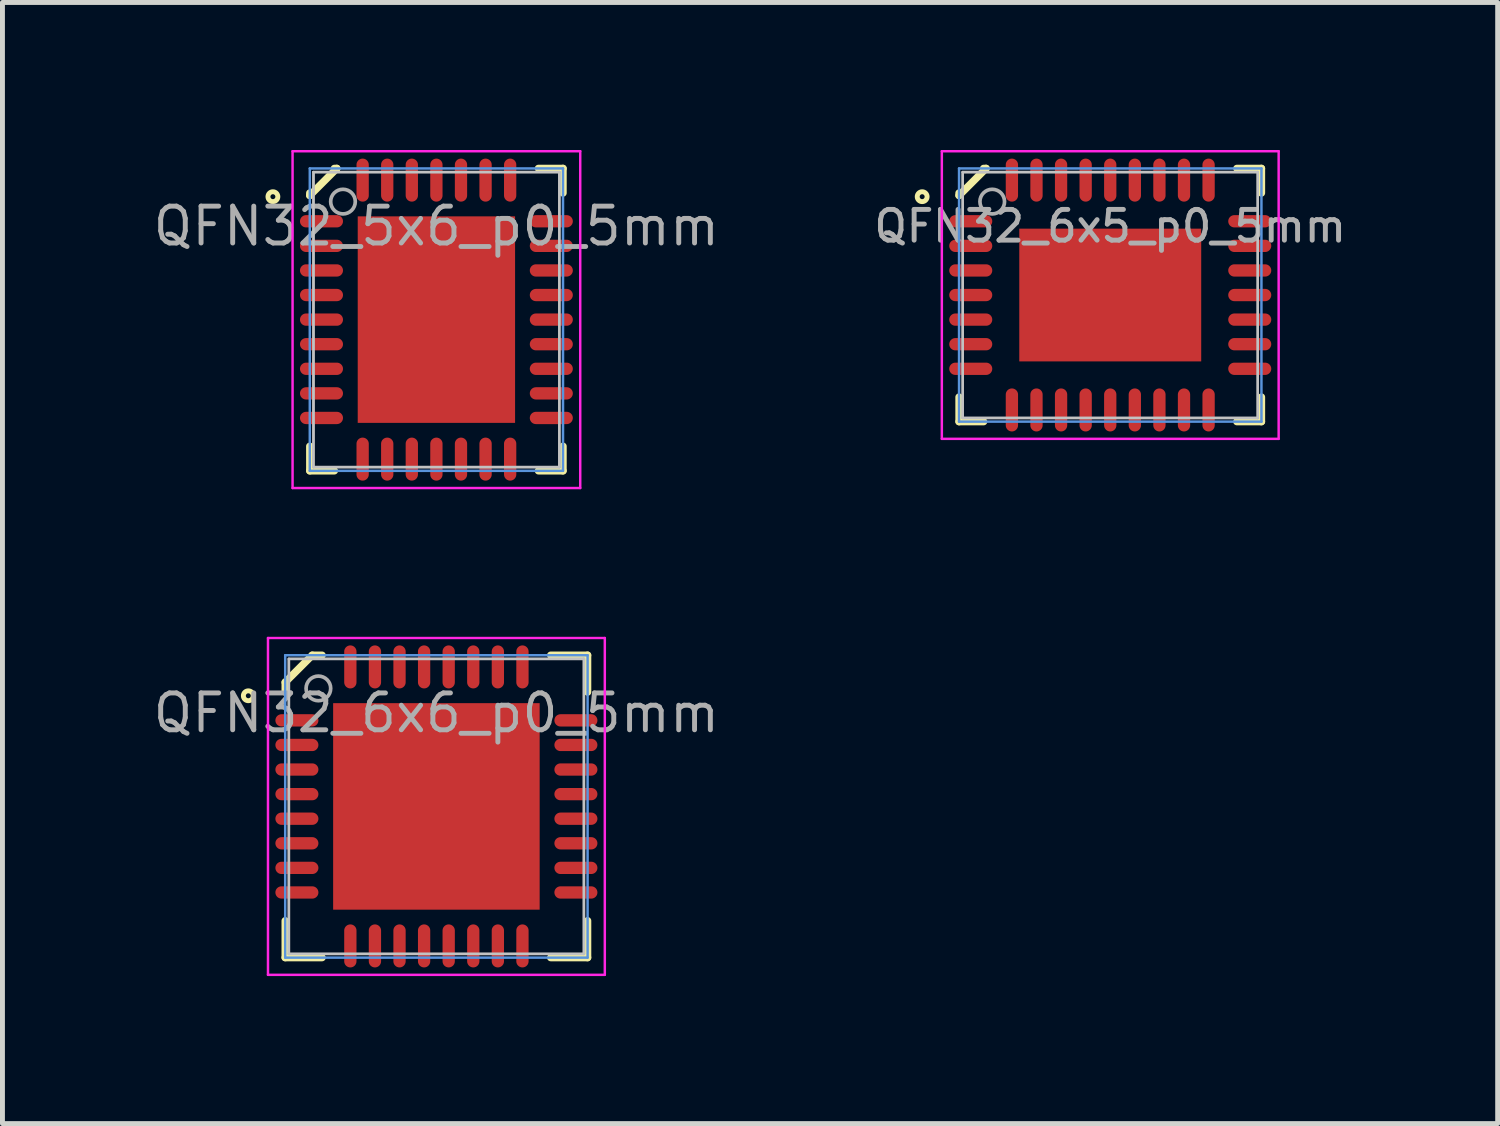
<source format=kicad_pcb>
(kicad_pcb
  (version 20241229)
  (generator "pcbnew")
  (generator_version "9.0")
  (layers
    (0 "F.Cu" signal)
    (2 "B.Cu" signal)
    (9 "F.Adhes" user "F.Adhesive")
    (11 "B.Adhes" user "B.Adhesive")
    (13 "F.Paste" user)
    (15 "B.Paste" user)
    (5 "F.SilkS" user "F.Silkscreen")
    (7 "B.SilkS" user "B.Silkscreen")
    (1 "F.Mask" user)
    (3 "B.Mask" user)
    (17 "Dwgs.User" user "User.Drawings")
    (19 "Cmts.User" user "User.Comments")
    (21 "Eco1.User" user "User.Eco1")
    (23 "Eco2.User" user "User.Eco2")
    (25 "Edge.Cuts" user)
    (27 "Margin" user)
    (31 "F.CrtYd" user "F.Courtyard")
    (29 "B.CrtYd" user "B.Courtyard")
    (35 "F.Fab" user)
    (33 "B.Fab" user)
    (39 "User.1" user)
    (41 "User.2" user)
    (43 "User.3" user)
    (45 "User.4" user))
  (footprint "QFN32_6x5_p0_5mm"
    (layer "F.Cu")
    (at 19.529 2.95)
    (property "Reference" "QFN32_6x5_p0_5mm" (at 0 -1.4 0) (layer "F.Fab") (effects (font (size 0.625 0.625) (thickness 0.1))))
    (attr through_hole)
    (fp_line (start -3.075 -2.025) (end -3.075 -2.075) (stroke (width 0.15) (type solid)) (layer "F.SilkS"))
    (fp_line (start -3.075 -2.025) (end -2.525 -2.575) (stroke (width 0.15) (type solid)) (layer "F.SilkS"))
    (fp_line (start -3.075 2.575) (end -3.075 2.075) (stroke (width 0.15) (type solid)) (layer "F.SilkS"))
    (fp_line (start -3.075 2.575) (end -2.575 2.575) (stroke (width 0.15) (type solid)) (layer "F.SilkS"))
    (fp_line (start -2.575 -2.575) (end -2.525 -2.575) (stroke (width 0.15) (type solid)) (layer "F.SilkS"))
    (fp_line (start 3.075 -2.575) (end 2.575 -2.575) (stroke (width 0.15) (type solid)) (layer "F.SilkS"))
    (fp_line (start 3.075 -2.575) (end 3.075 -2.075) (stroke (width 0.15) (type solid)) (layer "F.SilkS"))
    (fp_line (start 3.075 2.575) (end 2.575 2.575) (stroke (width 0.15) (type solid)) (layer "F.SilkS"))
    (fp_line (start 3.075 2.575) (end 3.075 2.075) (stroke (width 0.15) (type solid)) (layer "F.SilkS"))
    (fp_circle (center -3.825 -2) (end -3.754 -1.929) (stroke (width 0.1) (type solid)) (fill no) (layer "F.SilkS"))
    (fp_line (start -3 -2.5) (end -3 2.5) (stroke (width 0.05) (type solid)) (layer "Dwgs.User"))
    (fp_line (start -3 -2.5) (end 3 -2.5) (stroke (width 0.05) (type solid)) (layer "Dwgs.User"))
    (fp_line (start -3 2.5) (end 3 2.5) (stroke (width 0.05) (type solid)) (layer "Dwgs.User"))
    (fp_line (start 3 -2.5) (end 3 2.5) (stroke (width 0.05) (type solid)) (layer "Dwgs.User"))
    (fp_line (start -3.075 -2.575) (end -3.075 2.575) (stroke (width 0.05) (type solid)) (layer "Cmts.User"))
    (fp_line (start -3.075 -2.575) (end 3.075 -2.575) (stroke (width 0.05) (type solid)) (layer "Cmts.User"))
    (fp_line (start -3.075 2.575) (end 3.075 2.575) (stroke (width 0.05) (type solid)) (layer "Cmts.User"))
    (fp_line (start 3.075 -2.575) (end 3.075 2.575) (stroke (width 0.05) (type solid)) (layer "Cmts.User"))
    (fp_line (start -2.925 -2.425) (end -2.925 2.425) (stroke (width 0.05) (type solid)) (layer "Eco1.User"))
    (fp_line (start -2.925 -2.425) (end 2.925 -2.425) (stroke (width 0.05) (type solid)) (layer "Eco1.User"))
    (fp_line (start -2.925 2.425) (end 2.925 2.425) (stroke (width 0.05) (type solid)) (layer "Eco1.User"))
    (fp_line (start 2.925 -2.425) (end 2.925 2.425) (stroke (width 0.05) (type solid)) (layer "Eco1.User"))
    (fp_line (start -3.425 -2.925) (end -3.425 2.925) (stroke (width 0.05) (type solid)) (layer "F.CrtYd"))
    (fp_line (start -3.425 -2.925) (end 3.425 -2.925) (stroke (width 0.05) (type solid)) (layer "F.CrtYd"))
    (fp_line (start -3.425 2.925) (end 3.425 2.925) (stroke (width 0.05) (type solid)) (layer "F.CrtYd"))
    (fp_line (start 3.425 -2.925) (end 3.425 2.925) (stroke (width 0.05) (type solid)) (layer "F.CrtYd"))
    (fp_line (start -3 -2.5) (end -3 2.5) (stroke (width 0.05) (type solid)) (layer "F.Fab"))
    (fp_line (start -3 -2.5) (end 3 -2.5) (stroke (width 0.05) (type solid)) (layer "F.Fab"))
    (fp_line (start -3 2.5) (end 3 2.5) (stroke (width 0.05) (type solid)) (layer "F.Fab"))
    (fp_line (start 3 -2.5) (end 3 2.5) (stroke (width 0.05) (type solid)) (layer "F.Fab"))
    (fp_circle (center -2.4 -1.9) (end -2.223 -1.723) (stroke (width 0.075) (type solid)) (fill no) (layer "F.Fab"))
    (pad "1" smd oval (at -2.837 -1.5 180) (size 0.875 0.25) (layers "F.Cu" "F.Mask" "F.Paste"))
    (pad "2" smd oval (at -2.837 -1 180) (size 0.875 0.25) (layers "F.Cu" "F.Mask" "F.Paste"))
    (pad "3" smd oval (at -2.837 -0.5 180) (size 0.875 0.25) (layers "F.Cu" "F.Mask" "F.Paste"))
    (pad "4" smd oval (at -2.837 0 180) (size 0.875 0.25) (layers "F.Cu" "F.Mask" "F.Paste"))
    (pad "5" smd oval (at -2.837 0.5 180) (size 0.875 0.25) (layers "F.Cu" "F.Mask" "F.Paste"))
    (pad "6" smd oval (at -2.837 1 180) (size 0.875 0.25) (layers "F.Cu" "F.Mask" "F.Paste"))
    (pad "7" smd oval (at -2.837 1.5 180) (size 0.875 0.25) (layers "F.Cu" "F.Mask" "F.Paste"))
    (pad "8" smd oval (at -2 2.337 270) (size 0.875 0.25) (layers "F.Cu" "F.Mask" "F.Paste"))
    (pad "9" smd oval (at -1.5 2.337 270) (size 0.875 0.25) (layers "F.Cu" "F.Mask" "F.Paste"))
    (pad "10" smd oval (at -1 2.337 270) (size 0.875 0.25) (layers "F.Cu" "F.Mask" "F.Paste"))
    (pad "11" smd oval (at -0.5 2.337 270) (size 0.875 0.25) (layers "F.Cu" "F.Mask" "F.Paste"))
    (pad "12" smd oval (at 0 2.337 270) (size 0.875 0.25) (layers "F.Cu" "F.Mask" "F.Paste"))
    (pad "13" smd oval (at 0.5 2.337 270) (size 0.875 0.25) (layers "F.Cu" "F.Mask" "F.Paste"))
    (pad "14" smd oval (at 1 2.337 270) (size 0.875 0.25) (layers "F.Cu" "F.Mask" "F.Paste"))
    (pad "15" smd oval (at 1.5 2.337 270) (size 0.875 0.25) (layers "F.Cu" "F.Mask" "F.Paste"))
    (pad "16" smd oval (at 2 2.337 270) (size 0.875 0.25) (layers "F.Cu" "F.Mask" "F.Paste"))
    (pad "17" smd oval (at 2.837 1.5) (size 0.875 0.25) (layers "F.Cu" "F.Mask" "F.Paste"))
    (pad "18" smd oval (at 2.837 1) (size 0.875 0.25) (layers "F.Cu" "F.Mask" "F.Paste"))
    (pad "19" smd oval (at 2.837 0.5) (size 0.875 0.25) (layers "F.Cu" "F.Mask" "F.Paste"))
    (pad "20" smd oval (at 2.837 0) (size 0.875 0.25) (layers "F.Cu" "F.Mask" "F.Paste"))
    (pad "21" smd oval (at 2.837 -0.5) (size 0.875 0.25) (layers "F.Cu" "F.Mask" "F.Paste"))
    (pad "22" smd oval (at 2.837 -1) (size 0.875 0.25) (layers "F.Cu" "F.Mask" "F.Paste"))
    (pad "23" smd oval (at 2.837 -1.5) (size 0.875 0.25) (layers "F.Cu" "F.Mask" "F.Paste"))
    (pad "24" smd oval (at 2 -2.337 90) (size 0.875 0.25) (layers "F.Cu" "F.Mask" "F.Paste"))
    (pad "25" smd oval (at 1.5 -2.337 90) (size 0.875 0.25) (layers "F.Cu" "F.Mask" "F.Paste"))
    (pad "26" smd oval (at 1 -2.337 90) (size 0.875 0.25) (layers "F.Cu" "F.Mask" "F.Paste"))
    (pad "27" smd oval (at 0.5 -2.337 90) (size 0.875 0.25) (layers "F.Cu" "F.Mask" "F.Paste"))
    (pad "28" smd oval (at 0 -2.337 90) (size 0.875 0.25) (layers "F.Cu" "F.Mask" "F.Paste"))
    (pad "29" smd oval (at -0.5 -2.337 90) (size 0.875 0.25) (layers "F.Cu" "F.Mask" "F.Paste"))
    (pad "30" smd oval (at -1 -2.337 90) (size 0.875 0.25) (layers "F.Cu" "F.Mask" "F.Paste"))
    (pad "31" smd oval (at -1.5 -2.337 90) (size 0.875 0.25) (layers "F.Cu" "F.Mask" "F.Paste"))
    (pad "32" smd oval (at -2 -2.337 90) (size 0.875 0.25) (layers "F.Cu" "F.Mask" "F.Paste"))
    (pad "33" smd rect (at 0 0) (size 3.7 2.7) (layers "F.Cu" "F.Mask" "F.Paste")))
  (footprint "QFN32_5x6_p0_5mm"
    (layer "F.Cu")
    (at 5.825 3.45)
    (property "Reference" "QFN32_5x6_p0_5mm" (at 0 -1.9 0) (layer "F.Fab") (effects (font (size 0.75 0.75) (thickness 0.1))))
    (attr through_hole)
    (fp_line (start -2.575 -2.525) (end -2.575 -2.575) (stroke (width 0.15) (type solid)) (layer "F.SilkS"))
    (fp_line (start -2.575 -2.525) (end -2.025 -3.075) (stroke (width 0.15) (type solid)) (layer "F.SilkS"))
    (fp_line (start -2.575 3.075) (end -2.575 2.575) (stroke (width 0.15) (type solid)) (layer "F.SilkS"))
    (fp_line (start -2.575 3.075) (end -2.075 3.075) (stroke (width 0.15) (type solid)) (layer "F.SilkS"))
    (fp_line (start -2.075 -3.075) (end -2.025 -3.075) (stroke (width 0.15) (type solid)) (layer "F.SilkS"))
    (fp_line (start 2.575 -3.075) (end 2.075 -3.075) (stroke (width 0.15) (type solid)) (layer "F.SilkS"))
    (fp_line (start 2.575 -3.075) (end 2.575 -2.575) (stroke (width 0.15) (type solid)) (layer "F.SilkS"))
    (fp_line (start 2.575 3.075) (end 2.075 3.075) (stroke (width 0.15) (type solid)) (layer "F.SilkS"))
    (fp_line (start 2.575 3.075) (end 2.575 2.575) (stroke (width 0.15) (type solid)) (layer "F.SilkS"))
    (fp_circle (center -3.325 -2.5) (end -3.254 -2.429) (stroke (width 0.1) (type solid)) (fill no) (layer "F.SilkS"))
    (fp_line (start -2.5 -3) (end -2.5 3) (stroke (width 0.05) (type solid)) (layer "Dwgs.User"))
    (fp_line (start -2.5 -3) (end 2.5 -3) (stroke (width 0.05) (type solid)) (layer "Dwgs.User"))
    (fp_line (start -2.5 3) (end 2.5 3) (stroke (width 0.05) (type solid)) (layer "Dwgs.User"))
    (fp_line (start 2.5 -3) (end 2.5 3) (stroke (width 0.05) (type solid)) (layer "Dwgs.User"))
    (fp_line (start -2.575 -3.075) (end -2.575 3.075) (stroke (width 0.05) (type solid)) (layer "Cmts.User"))
    (fp_line (start -2.575 -3.075) (end 2.575 -3.075) (stroke (width 0.05) (type solid)) (layer "Cmts.User"))
    (fp_line (start -2.575 3.075) (end 2.575 3.075) (stroke (width 0.05) (type solid)) (layer "Cmts.User"))
    (fp_line (start 2.575 -3.075) (end 2.575 3.075) (stroke (width 0.05) (type solid)) (layer "Cmts.User"))
    (fp_line (start -2.425 -2.925) (end -2.425 2.925) (stroke (width 0.05) (type solid)) (layer "Eco1.User"))
    (fp_line (start -2.425 -2.925) (end 2.425 -2.925) (stroke (width 0.05) (type solid)) (layer "Eco1.User"))
    (fp_line (start -2.425 2.925) (end 2.425 2.925) (stroke (width 0.05) (type solid)) (layer "Eco1.User"))
    (fp_line (start 2.425 -2.925) (end 2.425 2.925) (stroke (width 0.05) (type solid)) (layer "Eco1.User"))
    (fp_line (start -2.925 -3.425) (end -2.925 3.425) (stroke (width 0.05) (type solid)) (layer "F.CrtYd"))
    (fp_line (start -2.925 -3.425) (end 2.925 -3.425) (stroke (width 0.05) (type solid)) (layer "F.CrtYd"))
    (fp_line (start -2.925 3.425) (end 2.925 3.425) (stroke (width 0.05) (type solid)) (layer "F.CrtYd"))
    (fp_line (start 2.925 -3.425) (end 2.925 3.425) (stroke (width 0.05) (type solid)) (layer "F.CrtYd"))
    (fp_line (start -2.5 -3) (end -2.5 3) (stroke (width 0.05) (type solid)) (layer "F.Fab"))
    (fp_line (start -2.5 -3) (end 2.5 -3) (stroke (width 0.05) (type solid)) (layer "F.Fab"))
    (fp_line (start -2.5 3) (end 2.5 3) (stroke (width 0.05) (type solid)) (layer "F.Fab"))
    (fp_line (start 2.5 -3) (end 2.5 3) (stroke (width 0.05) (type solid)) (layer "F.Fab"))
    (fp_circle (center -1.9 -2.4) (end -1.723 -2.223) (stroke (width 0.075) (type solid)) (fill no) (layer "F.Fab"))
    (pad "1" smd oval (at -2.337 -2 180) (size 0.875 0.25) (layers "F.Cu" "F.Mask" "F.Paste"))
    (pad "2" smd oval (at -2.337 -1.5 180) (size 0.875 0.25) (layers "F.Cu" "F.Mask" "F.Paste"))
    (pad "3" smd oval (at -2.337 -1 180) (size 0.875 0.25) (layers "F.Cu" "F.Mask" "F.Paste"))
    (pad "4" smd oval (at -2.337 -0.5 180) (size 0.875 0.25) (layers "F.Cu" "F.Mask" "F.Paste"))
    (pad "5" smd oval (at -2.337 0 180) (size 0.875 0.25) (layers "F.Cu" "F.Mask" "F.Paste"))
    (pad "6" smd oval (at -2.337 0.5 180) (size 0.875 0.25) (layers "F.Cu" "F.Mask" "F.Paste"))
    (pad "7" smd oval (at -2.337 1 180) (size 0.875 0.25) (layers "F.Cu" "F.Mask" "F.Paste"))
    (pad "8" smd oval (at -2.337 1.5 180) (size 0.875 0.25) (layers "F.Cu" "F.Mask" "F.Paste"))
    (pad "9" smd oval (at -2.337 2 180) (size 0.875 0.25) (layers "F.Cu" "F.Mask" "F.Paste"))
    (pad "10" smd oval (at -1.5 2.837 270) (size 0.875 0.25) (layers "F.Cu" "F.Mask" "F.Paste"))
    (pad "11" smd oval (at -1 2.837 270) (size 0.875 0.25) (layers "F.Cu" "F.Mask" "F.Paste"))
    (pad "12" smd oval (at -0.5 2.837 270) (size 0.875 0.25) (layers "F.Cu" "F.Mask" "F.Paste"))
    (pad "13" smd oval (at 0 2.837 270) (size 0.875 0.25) (layers "F.Cu" "F.Mask" "F.Paste"))
    (pad "14" smd oval (at 0.5 2.837 270) (size 0.875 0.25) (layers "F.Cu" "F.Mask" "F.Paste"))
    (pad "15" smd oval (at 1 2.837 270) (size 0.875 0.25) (layers "F.Cu" "F.Mask" "F.Paste"))
    (pad "16" smd oval (at 1.5 2.837 270) (size 0.875 0.25) (layers "F.Cu" "F.Mask" "F.Paste"))
    (pad "17" smd oval (at 2.337 2) (size 0.875 0.25) (layers "F.Cu" "F.Mask" "F.Paste"))
    (pad "18" smd oval (at 2.337 1.5) (size 0.875 0.25) (layers "F.Cu" "F.Mask" "F.Paste"))
    (pad "19" smd oval (at 2.337 1) (size 0.875 0.25) (layers "F.Cu" "F.Mask" "F.Paste"))
    (pad "20" smd oval (at 2.337 0.5) (size 0.875 0.25) (layers "F.Cu" "F.Mask" "F.Paste"))
    (pad "21" smd oval (at 2.337 0) (size 0.875 0.25) (layers "F.Cu" "F.Mask" "F.Paste"))
    (pad "22" smd oval (at 2.337 -0.5) (size 0.875 0.25) (layers "F.Cu" "F.Mask" "F.Paste"))
    (pad "23" smd oval (at 2.337 -1) (size 0.875 0.25) (layers "F.Cu" "F.Mask" "F.Paste"))
    (pad "24" smd oval (at 2.337 -1.5) (size 0.875 0.25) (layers "F.Cu" "F.Mask" "F.Paste"))
    (pad "25" smd oval (at 2.337 -2) (size 0.875 0.25) (layers "F.Cu" "F.Mask" "F.Paste"))
    (pad "26" smd oval (at 1.5 -2.837 90) (size 0.875 0.25) (layers "F.Cu" "F.Mask" "F.Paste"))
    (pad "27" smd oval (at 1 -2.837 90) (size 0.875 0.25) (layers "F.Cu" "F.Mask" "F.Paste"))
    (pad "28" smd oval (at 0.5 -2.837 90) (size 0.875 0.25) (layers "F.Cu" "F.Mask" "F.Paste"))
    (pad "29" smd oval (at 0 -2.837 90) (size 0.875 0.25) (layers "F.Cu" "F.Mask" "F.Paste"))
    (pad "30" smd oval (at -0.5 -2.837 90) (size 0.875 0.25) (layers "F.Cu" "F.Mask" "F.Paste"))
    (pad "31" smd oval (at -1 -2.837 90) (size 0.875 0.25) (layers "F.Cu" "F.Mask" "F.Paste"))
    (pad "32" smd oval (at -1.5 -2.837 90) (size 0.875 0.25) (layers "F.Cu" "F.Mask" "F.Paste"))
    (pad "33" smd rect (at 0 0) (size 3.2 4.2) (layers "F.Cu" "F.Mask" "F.Paste")))
  (footprint "QFN32_6x6_p0_5mm"
    (layer "F.Cu")
    (at 5.825 13.35)
    (property "Reference" "QFN32_6x6_p0_5mm" (at 0 -1.9 0) (layer "F.Fab") (effects (font (size 0.75 0.75) (thickness 0.1))))
    (attr through_hole)
    (fp_line (start -3.075 -2.525) (end -3.075 -2.325) (stroke (width 0.15) (type solid)) (layer "F.SilkS"))
    (fp_line (start -3.075 -2.525) (end -2.525 -3.075) (stroke (width 0.15) (type solid)) (layer "F.SilkS"))
    (fp_line (start -3.075 3.075) (end -3.075 2.325) (stroke (width 0.15) (type solid)) (layer "F.SilkS"))
    (fp_line (start -3.075 3.075) (end -2.325 3.075) (stroke (width 0.15) (type solid)) (layer "F.SilkS"))
    (fp_line (start -2.325 -3.075) (end -2.525 -3.075) (stroke (width 0.15) (type solid)) (layer "F.SilkS"))
    (fp_line (start 3.075 -3.075) (end 2.325 -3.075) (stroke (width 0.15) (type solid)) (layer "F.SilkS"))
    (fp_line (start 3.075 -3.075) (end 3.075 -2.325) (stroke (width 0.15) (type solid)) (layer "F.SilkS"))
    (fp_line (start 3.075 3.075) (end 2.325 3.075) (stroke (width 0.15) (type solid)) (layer "F.SilkS"))
    (fp_line (start 3.075 3.075) (end 3.075 2.325) (stroke (width 0.15) (type solid)) (layer "F.SilkS"))
    (fp_circle (center -3.825 -2.25) (end -3.754 -2.179) (stroke (width 0.1) (type solid)) (fill no) (layer "F.SilkS"))
    (fp_line (start -3 -3) (end -3 3) (stroke (width 0.05) (type solid)) (layer "Dwgs.User"))
    (fp_line (start -3 -3) (end 3 -3) (stroke (width 0.05) (type solid)) (layer "Dwgs.User"))
    (fp_line (start -3 3) (end 3 3) (stroke (width 0.05) (type solid)) (layer "Dwgs.User"))
    (fp_line (start 3 -3) (end 3 3) (stroke (width 0.05) (type solid)) (layer "Dwgs.User"))
    (fp_line (start -3.075 -3.075) (end -3.075 3.075) (stroke (width 0.05) (type solid)) (layer "Cmts.User"))
    (fp_line (start -3.075 -3.075) (end 3.075 -3.075) (stroke (width 0.05) (type solid)) (layer "Cmts.User"))
    (fp_line (start -3.075 3.075) (end 3.075 3.075) (stroke (width 0.05) (type solid)) (layer "Cmts.User"))
    (fp_line (start 3.075 -3.075) (end 3.075 3.075) (stroke (width 0.05) (type solid)) (layer "Cmts.User"))
    (fp_line (start -2.925 -2.925) (end -2.925 2.925) (stroke (width 0.05) (type solid)) (layer "Eco1.User"))
    (fp_line (start -2.925 -2.925) (end 2.925 -2.925) (stroke (width 0.05) (type solid)) (layer "Eco1.User"))
    (fp_line (start -2.925 2.925) (end 2.925 2.925) (stroke (width 0.05) (type solid)) (layer "Eco1.User"))
    (fp_line (start 2.925 -2.925) (end 2.925 2.925) (stroke (width 0.05) (type solid)) (layer "Eco1.User"))
    (fp_line (start -3.425 -3.425) (end -3.425 3.425) (stroke (width 0.05) (type solid)) (layer "F.CrtYd"))
    (fp_line (start -3.425 -3.425) (end 3.425 -3.425) (stroke (width 0.05) (type solid)) (layer "F.CrtYd"))
    (fp_line (start -3.425 3.425) (end 3.425 3.425) (stroke (width 0.05) (type solid)) (layer "F.CrtYd"))
    (fp_line (start 3.425 -3.425) (end 3.425 3.425) (stroke (width 0.05) (type solid)) (layer "F.CrtYd"))
    (fp_line (start -3 -3) (end -3 3) (stroke (width 0.05) (type solid)) (layer "F.Fab"))
    (fp_line (start -3 -3) (end 3 -3) (stroke (width 0.05) (type solid)) (layer "F.Fab"))
    (fp_line (start -3 3) (end 3 3) (stroke (width 0.05) (type solid)) (layer "F.Fab"))
    (fp_line (start 3 -3) (end 3 3) (stroke (width 0.05) (type solid)) (layer "F.Fab"))
    (fp_circle (center -2.4 -2.4) (end -2.223 -2.223) (stroke (width 0.075) (type solid)) (fill no) (layer "F.Fab"))
    (pad "1" smd oval (at -2.837 -1.75 180) (size 0.875 0.25) (layers "F.Cu" "F.Mask" "F.Paste"))
    (pad "2" smd oval (at -2.837 -1.25 180) (size 0.875 0.25) (layers "F.Cu" "F.Mask" "F.Paste"))
    (pad "3" smd oval (at -2.837 -0.75 180) (size 0.875 0.25) (layers "F.Cu" "F.Mask" "F.Paste"))
    (pad "4" smd oval (at -2.837 -0.25 180) (size 0.875 0.25) (layers "F.Cu" "F.Mask" "F.Paste"))
    (pad "5" smd oval (at -2.837 0.25 180) (size 0.875 0.25) (layers "F.Cu" "F.Mask" "F.Paste"))
    (pad "6" smd oval (at -2.837 0.75 180) (size 0.875 0.25) (layers "F.Cu" "F.Mask" "F.Paste"))
    (pad "7" smd oval (at -2.837 1.25 180) (size 0.875 0.25) (layers "F.Cu" "F.Mask" "F.Paste"))
    (pad "8" smd oval (at -2.837 1.75 180) (size 0.875 0.25) (layers "F.Cu" "F.Mask" "F.Paste"))
    (pad "9" smd oval (at -1.75 2.837 270) (size 0.875 0.25) (layers "F.Cu" "F.Mask" "F.Paste"))
    (pad "10" smd oval (at -1.25 2.837 270) (size 0.875 0.25) (layers "F.Cu" "F.Mask" "F.Paste"))
    (pad "11" smd oval (at -0.75 2.837 270) (size 0.875 0.25) (layers "F.Cu" "F.Mask" "F.Paste"))
    (pad "12" smd oval (at -0.25 2.837 270) (size 0.875 0.25) (layers "F.Cu" "F.Mask" "F.Paste"))
    (pad "13" smd oval (at 0.25 2.837 270) (size 0.875 0.25) (layers "F.Cu" "F.Mask" "F.Paste"))
    (pad "14" smd oval (at 0.75 2.837 270) (size 0.875 0.25) (layers "F.Cu" "F.Mask" "F.Paste"))
    (pad "15" smd oval (at 1.25 2.837 270) (size 0.875 0.25) (layers "F.Cu" "F.Mask" "F.Paste"))
    (pad "16" smd oval (at 1.75 2.837 270) (size 0.875 0.25) (layers "F.Cu" "F.Mask" "F.Paste"))
    (pad "17" smd oval (at 2.837 1.75) (size 0.875 0.25) (layers "F.Cu" "F.Mask" "F.Paste"))
    (pad "18" smd oval (at 2.837 1.25) (size 0.875 0.25) (layers "F.Cu" "F.Mask" "F.Paste"))
    (pad "19" smd oval (at 2.837 0.75) (size 0.875 0.25) (layers "F.Cu" "F.Mask" "F.Paste"))
    (pad "20" smd oval (at 2.837 0.25) (size 0.875 0.25) (layers "F.Cu" "F.Mask" "F.Paste"))
    (pad "21" smd oval (at 2.837 -0.25) (size 0.875 0.25) (layers "F.Cu" "F.Mask" "F.Paste"))
    (pad "22" smd oval (at 2.837 -0.75) (size 0.875 0.25) (layers "F.Cu" "F.Mask" "F.Paste"))
    (pad "23" smd oval (at 2.837 -1.25) (size 0.875 0.25) (layers "F.Cu" "F.Mask" "F.Paste"))
    (pad "24" smd oval (at 2.837 -1.75) (size 0.875 0.25) (layers "F.Cu" "F.Mask" "F.Paste"))
    (pad "25" smd oval (at 1.75 -2.837 90) (size 0.875 0.25) (layers "F.Cu" "F.Mask" "F.Paste"))
    (pad "26" smd oval (at 1.25 -2.837 90) (size 0.875 0.25) (layers "F.Cu" "F.Mask" "F.Paste"))
    (pad "27" smd oval (at 0.75 -2.837 90) (size 0.875 0.25) (layers "F.Cu" "F.Mask" "F.Paste"))
    (pad "28" smd oval (at 0.25 -2.837 90) (size 0.875 0.25) (layers "F.Cu" "F.Mask" "F.Paste"))
    (pad "29" smd oval (at -0.25 -2.837 90) (size 0.875 0.25) (layers "F.Cu" "F.Mask" "F.Paste"))
    (pad "30" smd oval (at -0.75 -2.837 90) (size 0.875 0.25) (layers "F.Cu" "F.Mask" "F.Paste"))
    (pad "31" smd oval (at -1.25 -2.837 90) (size 0.875 0.25) (layers "F.Cu" "F.Mask" "F.Paste"))
    (pad "32" smd oval (at -1.75 -2.837 90) (size 0.875 0.25) (layers "F.Cu" "F.Mask" "F.Paste"))
    (pad "33" smd rect (at 0 0) (size 4.2 4.2) (layers "F.Cu" "F.Mask" "F.Paste")))
  (gr_rect
    (start -3 -3)
    (end 27.408 19.8)
    (stroke (width 0.1) (type default))
    (fill no)
    (layer "Edge.Cuts")))
</source>
